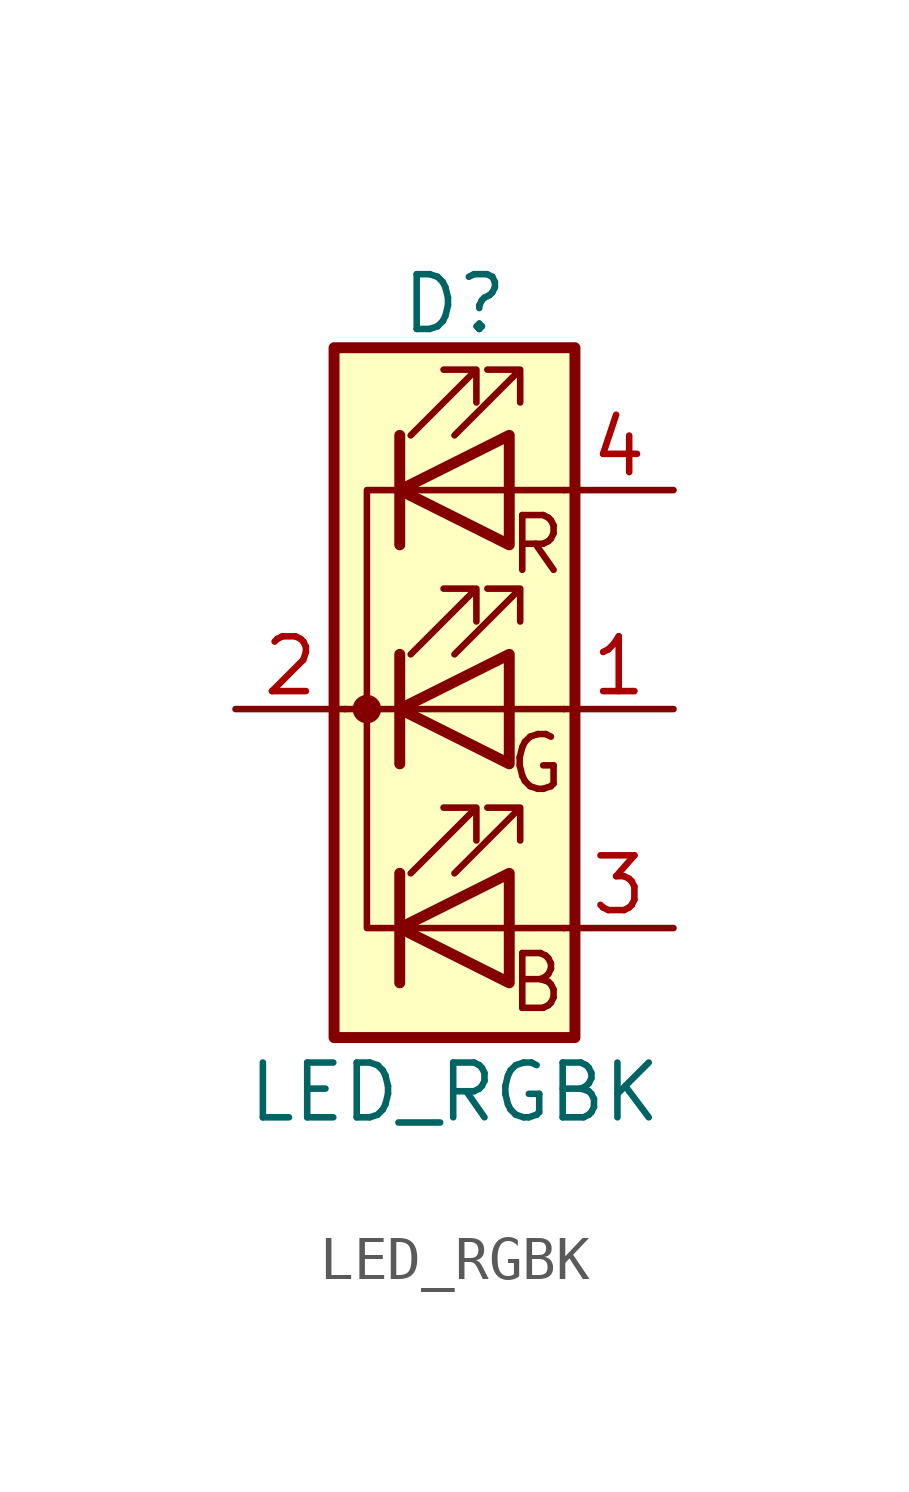
<source format=kicad_sym>
(kicad_symbol_lib
  (version 20231120)
  (generator "kicad_symbol_editor")
  (generator_version "8.0")
  (symbol "LED_RGBK"
    (pin_names
      (offset 0) hide)
    (property "Reference" "D"
      (at 0 9.398 0)
      (effects (font (size 1.27 1.27))))
    (property "Value" "LED_RGBK"
      (at 0 -8.89 0)
      (effects (font (size 1.27 1.27))))
    (symbol "LED_RGBK_0_0"
      (text "B" (at 1.905 -6.35 0) (effects (font (size 1.27 1.27))))
      (text "G" (at 1.905 -1.27 0) (effects (font (size 1.27 1.27))))
      (text "R" (at 1.905 3.81 0) (effects (font (size 1.27 1.27)))))
    (symbol "LED_RGBK_0_1"
      (rectangle (start -2.794 8.382) (end 2.794 -7.62) (stroke (width 0.254) (type default)) (fill (type background)))
      (circle (center -2.032 0) (radius 0.254) (stroke (width 0) (type default)) (fill (type outline)))
      (polyline (pts (xy -1.27 -5.08) (xy 1.27 -5.08)) (stroke (width 0) (type default)) (fill (type none)))
      (polyline (pts (xy -1.27 -3.81) (xy -1.27 -6.35)) (stroke (width 0.254) (type default)) (fill (type none)))
      (polyline (pts (xy -1.27 0) (xy -2.54 0)) (stroke (width 0) (type default)) (fill (type none)))
      (polyline (pts (xy -1.27 1.27) (xy -1.27 -1.27)) (stroke (width 0.254) (type default)) (fill (type none)))
      (polyline (pts (xy -1.27 5.08) (xy 1.27 5.08)) (stroke (width 0) (type default)) (fill (type none)))
      (polyline (pts (xy -1.27 6.35) (xy -1.27 3.81)) (stroke (width 0.254) (type default)) (fill (type none)))
      (polyline (pts (xy 1.27 -5.08) (xy 2.54 -5.08)) (stroke (width 0) (type default)) (fill (type none)))
      (polyline (pts (xy 1.27 0) (xy -1.27 0)) (stroke (width 0) (type default)) (fill (type none)))
      (polyline (pts (xy 1.27 0) (xy 2.54 0)) (stroke (width 0) (type default)) (fill (type none)))
      (polyline (pts (xy 1.27 5.08) (xy 2.54 5.08)) (stroke (width 0) (type default)) (fill (type none)))
      (polyline (pts (xy -1.27 1.27) (xy -1.27 -1.27) (xy -1.27 -1.27)) (stroke (width 0) (type default)) (fill (type none)))
      (polyline (pts (xy -1.27 6.35) (xy -1.27 3.81) (xy -1.27 3.81)) (stroke (width 0) (type default)) (fill (type none)))
      (polyline (pts (xy -1.27 5.08) (xy -2.032 5.08) (xy -2.032 -5.08) (xy -1.016 -5.08)) (stroke (width 0) (type default)) (fill (type none)))
      (polyline (pts (xy 1.27 -3.81) (xy 1.27 -6.35) (xy -1.27 -5.08) (xy 1.27 -3.81)) (stroke (width 0.254) (type default)) (fill (type none)))
      (polyline (pts (xy 1.27 1.27) (xy 1.27 -1.27) (xy -1.27 0) (xy 1.27 1.27)) (stroke (width 0.254) (type default)) (fill (type none)))
      (polyline (pts (xy 1.27 6.35) (xy 1.27 3.81) (xy -1.27 5.08) (xy 1.27 6.35)) (stroke (width 0.254) (type default)) (fill (type none)))
      (polyline (pts (xy -1.016 -3.81) (xy 0.508 -2.286) (xy -0.254 -2.286) (xy 0.508 -2.286) (xy 0.508 -3.048)) (stroke (width 0) (type default)) (fill (type none)))
      (polyline (pts (xy -1.016 1.27) (xy 0.508 2.794) (xy -0.254 2.794) (xy 0.508 2.794) (xy 0.508 2.032)) (stroke (width 0) (type default)) (fill (type none)))
      (polyline (pts (xy -1.016 6.35) (xy 0.508 7.874) (xy -0.254 7.874) (xy 0.508 7.874) (xy 0.508 7.112)) (stroke (width 0) (type default)) (fill (type none)))
      (polyline (pts (xy 0 -3.81) (xy 1.524 -2.286) (xy 0.762 -2.286) (xy 1.524 -2.286) (xy 1.524 -3.048)) (stroke (width 0) (type default)) (fill (type none)))
      (polyline (pts (xy 0 1.27) (xy 1.524 2.794) (xy 0.762 2.794) (xy 1.524 2.794) (xy 1.524 2.032)) (stroke (width 0) (type default)) (fill (type none)))
      (polyline (pts (xy 0 6.35) (xy 1.524 7.874) (xy 0.762 7.874) (xy 1.524 7.874) (xy 1.524 7.112)) (stroke (width 0) (type default)) (fill (type none)))
      (rectangle (start 1.27 -1.27) (end 1.27 1.27) (stroke (width 0) (type default)) (fill (type none)))
      (rectangle (start 1.27 1.27) (end 1.27 1.27) (stroke (width 0) (type default)) (fill (type none)))
      (rectangle (start 1.27 3.81) (end 1.27 6.35) (stroke (width 0) (type default)) (fill (type none)))
      (rectangle (start 1.27 6.35) (end 1.27 6.35) (stroke (width 0) (type default)) (fill (type none))))
    (symbol "LED_RGBK_1_1"
      (pin passive line (at 5.08 0 180) (length 2.54) (name "GA" (effects (font (size 1.27 1.27)))) (number "1" (effects (font (size 1.27 1.27)))))
      (pin passive line (at -5.08 0 0) (length 2.54) (name "K" (effects (font (size 1.27 1.27)))) (number "2" (effects (font (size 1.27 1.27)))))
      (pin passive line (at 5.08 -5.08 180) (length 2.54) (name "BA" (effects (font (size 1.27 1.27)))) (number "3" (effects (font (size 1.27 1.27)))))
      (pin passive line (at 5.08 5.08 180) (length 2.54) (name "RA" (effects (font (size 1.27 1.27)))) (number "4" (effects (font (size 1.27 1.27))))))))
</source>
